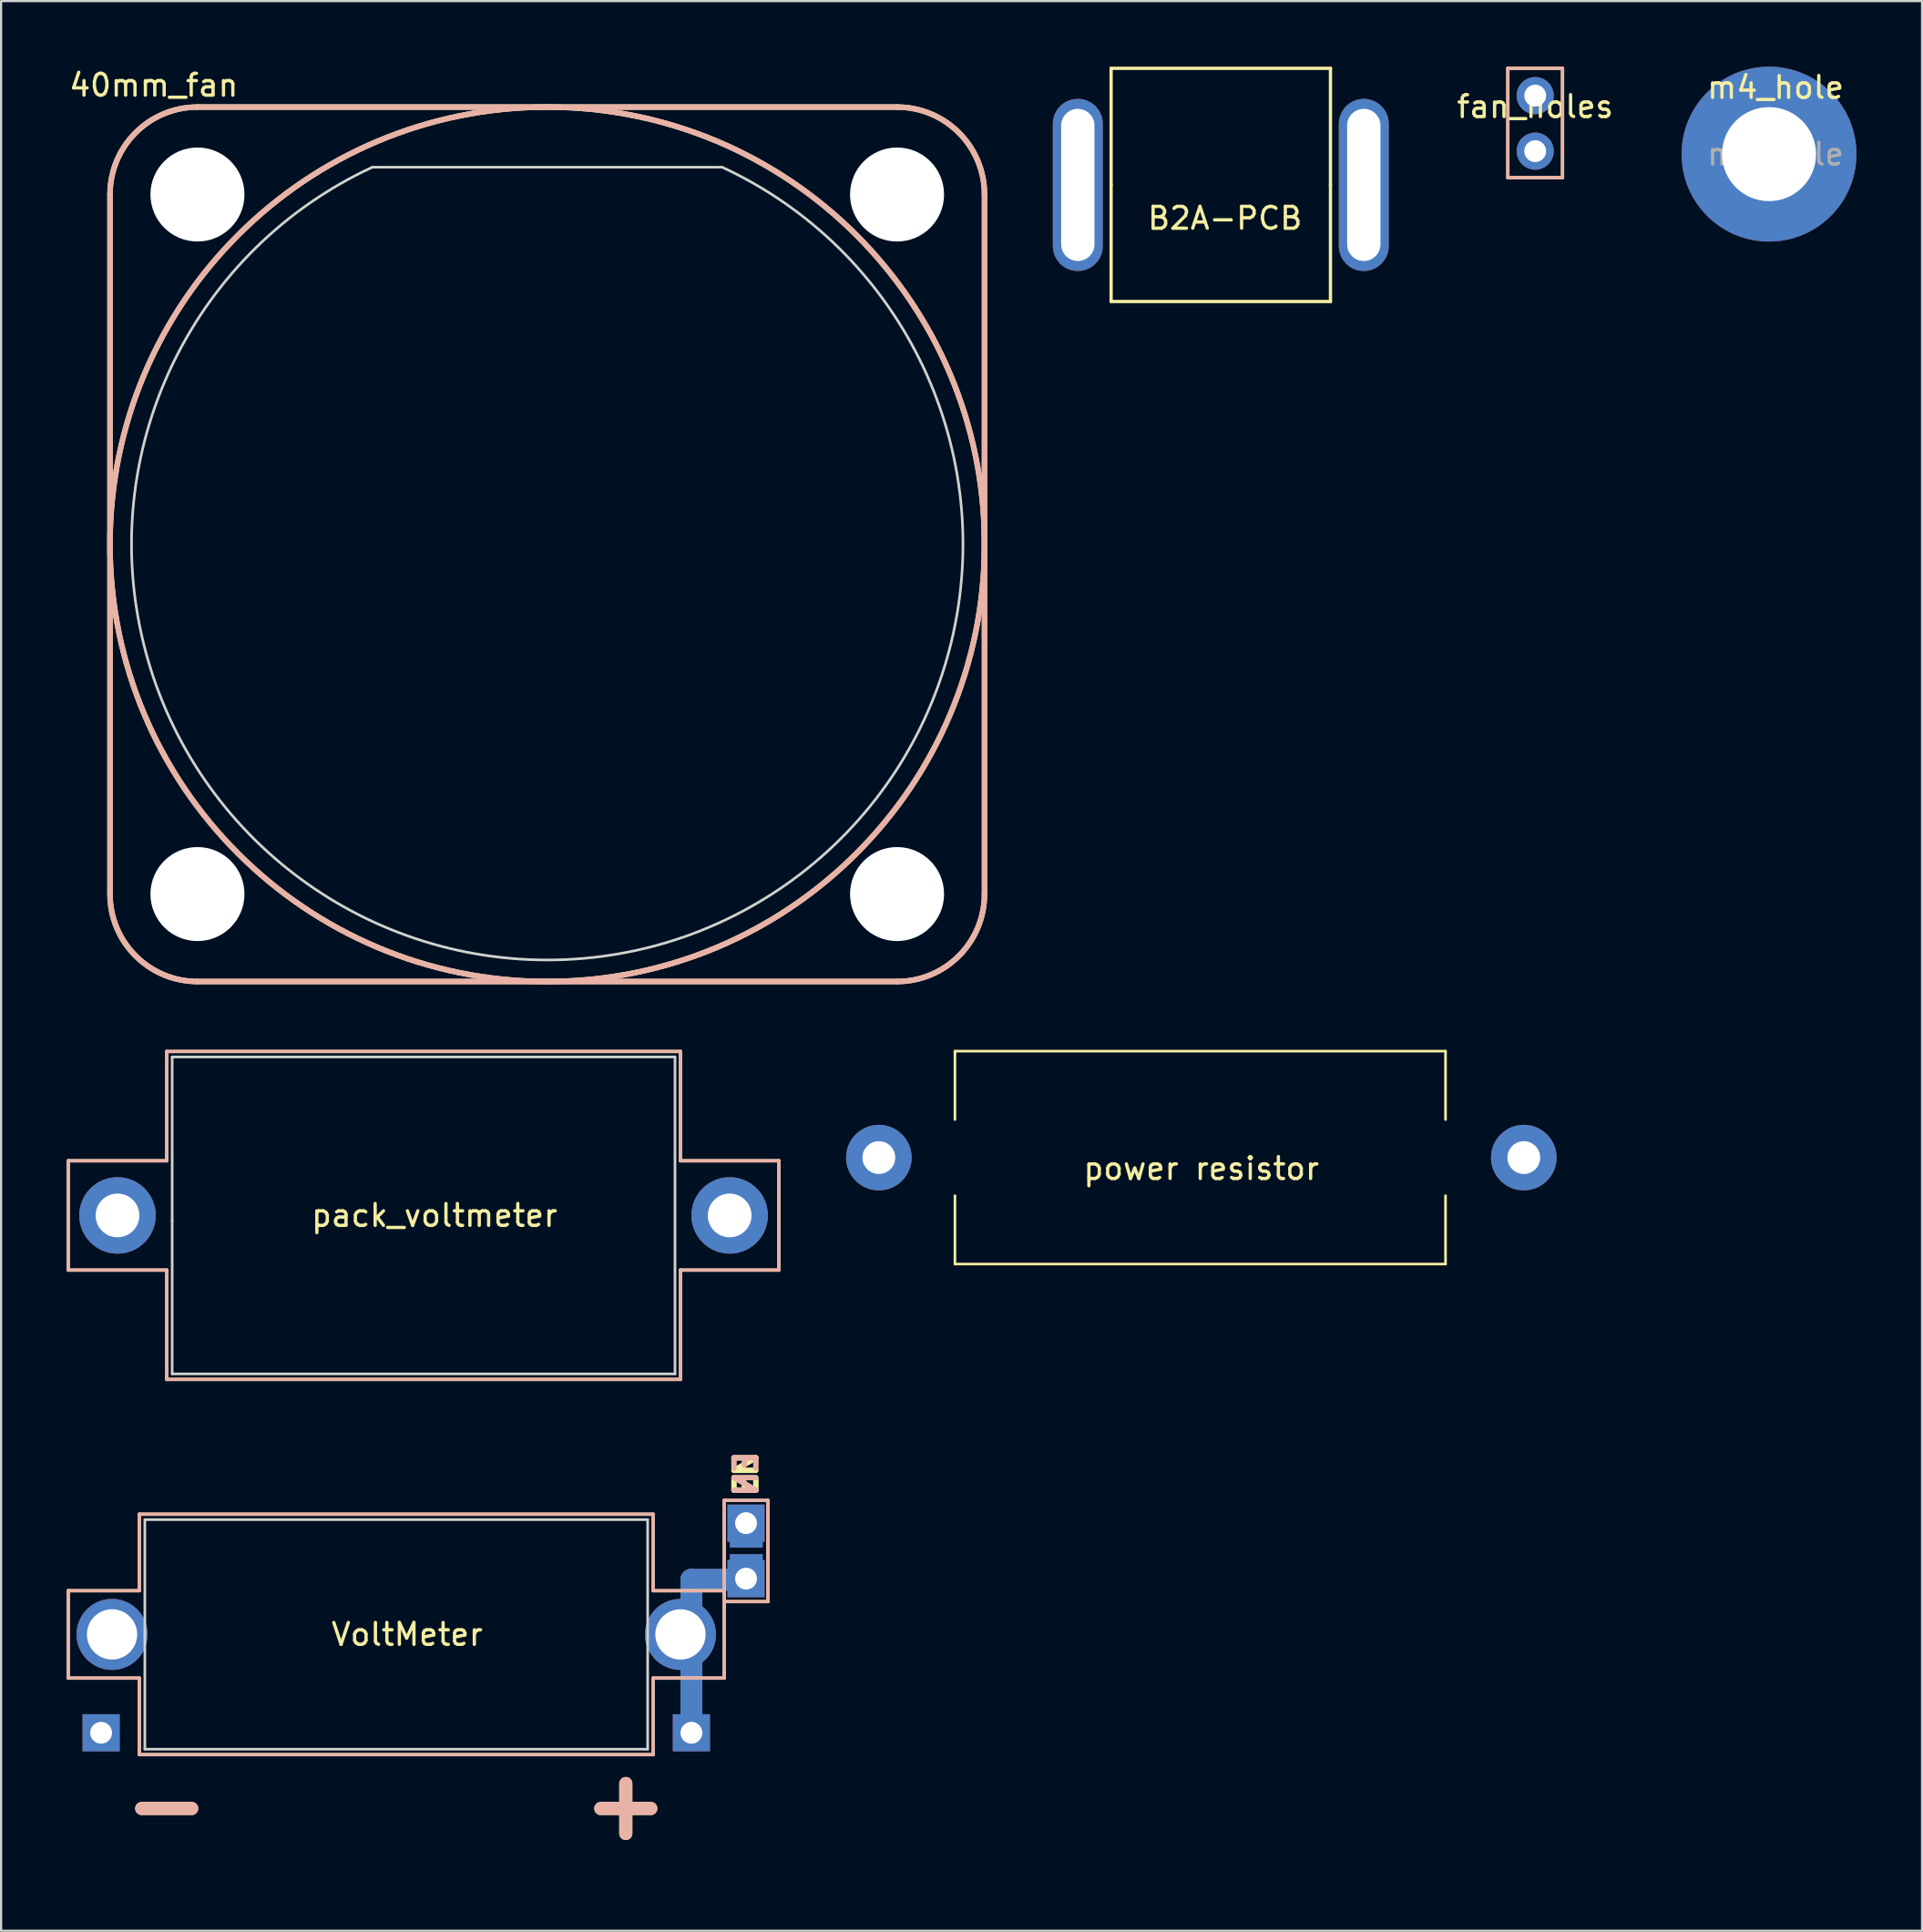
<source format=kicad_pcb>
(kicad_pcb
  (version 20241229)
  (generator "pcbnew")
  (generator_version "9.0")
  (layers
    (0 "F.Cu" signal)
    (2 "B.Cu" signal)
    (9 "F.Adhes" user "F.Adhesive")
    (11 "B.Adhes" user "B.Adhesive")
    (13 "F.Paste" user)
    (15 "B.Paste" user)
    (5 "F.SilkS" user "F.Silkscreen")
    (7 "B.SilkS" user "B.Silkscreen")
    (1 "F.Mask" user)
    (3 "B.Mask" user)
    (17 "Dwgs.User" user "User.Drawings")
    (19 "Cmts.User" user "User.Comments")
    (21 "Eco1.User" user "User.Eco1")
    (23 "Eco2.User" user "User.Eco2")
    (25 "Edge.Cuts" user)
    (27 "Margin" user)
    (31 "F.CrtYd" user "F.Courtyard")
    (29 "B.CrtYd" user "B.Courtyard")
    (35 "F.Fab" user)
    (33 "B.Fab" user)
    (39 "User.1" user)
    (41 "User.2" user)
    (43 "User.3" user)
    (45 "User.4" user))
  (footprint "pack_voltmeter"
    (layer "F.Cu")
    (at 16.325 52.548)
    (property "Reference" "pack_voltmeter" (at 0.5 0 0) (layer "F.SilkS") (effects (font (size 1 1) (thickness 0.15))))
    (attr through_hole)
    (fp_line (start -16.25 -2.5) (end -16.25 2.5) (stroke (width 0.15) (type solid)) (layer "F.SilkS"))
    (fp_line (start -16.25 2.5) (end -11.75 2.5) (stroke (width 0.15) (type solid)) (layer "F.SilkS"))
    (fp_line (start -11.75 -2.5) (end -16.25 -2.5) (stroke (width 0.15) (type solid)) (layer "F.SilkS"))
    (fp_line (start -11.75 -2.5) (end -11.75 -7.5) (stroke (width 0.15) (type solid)) (layer "F.SilkS"))
    (fp_line (start -11.75 2.5) (end -11.75 7.5) (stroke (width 0.15) (type solid)) (layer "F.SilkS"))
    (fp_line (start -11.75 7.5) (end 11.75 7.5) (stroke (width 0.15) (type solid)) (layer "F.SilkS"))
    (fp_line (start 11.75 -7.5) (end -11.75 -7.5) (stroke (width 0.15) (type solid)) (layer "F.SilkS"))
    (fp_line (start 11.75 -2.5) (end 11.75 -7.5) (stroke (width 0.15) (type solid)) (layer "F.SilkS"))
    (fp_line (start 11.75 -2.5) (end 16.25 -2.5) (stroke (width 0.15) (type solid)) (layer "F.SilkS"))
    (fp_line (start 11.75 2.5) (end 11.75 7.5) (stroke (width 0.15) (type solid)) (layer "F.SilkS"))
    (fp_line (start 16.25 -2.5) (end 16.25 2.5) (stroke (width 0.15) (type solid)) (layer "F.SilkS"))
    (fp_line (start 16.25 2.5) (end 11.75 2.5) (stroke (width 0.15) (type solid)) (layer "F.SilkS"))
    (fp_line (start -16.25 -2.5) (end -16.25 2.5) (stroke (width 0.15) (type solid)) (layer "B.SilkS"))
    (fp_line (start -16.25 2.5) (end -11.75 2.5) (stroke (width 0.15) (type solid)) (layer "B.SilkS"))
    (fp_line (start -11.75 -7.5) (end -11.75 -2.5) (stroke (width 0.15) (type solid)) (layer "B.SilkS"))
    (fp_line (start -11.75 -2.5) (end -16.25 -2.5) (stroke (width 0.15) (type solid)) (layer "B.SilkS"))
    (fp_line (start -11.75 2.5) (end -11.75 7.5) (stroke (width 0.15) (type solid)) (layer "B.SilkS"))
    (fp_line (start -11.75 7.5) (end 11.75 7.5) (stroke (width 0.15) (type solid)) (layer "B.SilkS"))
    (fp_line (start 11.75 -7.5) (end -11.75 -7.5) (stroke (width 0.15) (type solid)) (layer "B.SilkS"))
    (fp_line (start 11.75 -2.5) (end 11.75 -7.5) (stroke (width 0.15) (type solid)) (layer "B.SilkS"))
    (fp_line (start 11.75 2.5) (end 16.25 2.5) (stroke (width 0.15) (type solid)) (layer "B.SilkS"))
    (fp_line (start 11.75 7.5) (end 11.75 2.5) (stroke (width 0.15) (type solid)) (layer "B.SilkS"))
    (fp_line (start 16.25 -2.5) (end 11.75 -2.5) (stroke (width 0.15) (type solid)) (layer "B.SilkS"))
    (fp_line (start 16.25 2.5) (end 16.25 -2.5) (stroke (width 0.15) (type solid)) (layer "B.SilkS"))
    (fp_line (start -11.5 0.25) (end -11.5 -7.25) (stroke (width 0.12) (type solid)) (layer "Edge.Cuts"))
    (fp_line (start -11.5 7.25) (end -11.5 0.25) (stroke (width 0.12) (type solid)) (layer "Edge.Cuts"))
    (fp_line (start -11.5 7.25) (end 11.5 7.25) (stroke (width 0.12) (type solid)) (layer "Edge.Cuts"))
    (fp_line (start 11.5 -7.25) (end -11.5 -7.25) (stroke (width 0.12) (type solid)) (layer "Edge.Cuts"))
    (fp_line (start 11.5 7.25) (end 11.5 -7.25) (stroke (width 0.12) (type solid)) (layer "Edge.Cuts"))
    (pad "" thru_hole circle (at -14 0) (size 3.5 3.5) (drill 2) (layers "*.Cu" "*.Mask"))
    (pad "" thru_hole circle (at 14 0) (size 3.5 3.5) (drill 2) (layers "*.Cu" "*.Mask")))
  (footprint "power resistor"
    (layer "F.Cu")
    (at 51.4 49.903)
    (property "Reference" "power resistor" (at 0.5 0.5 0) (layer "F.SilkS") (effects (font (size 1 1) (thickness 0.15))))
    (attr through_hole)
    (fp_line (start -10.77 -4.87) (end 11.67 -4.87) (stroke (width 0.12) (type solid)) (layer "F.SilkS"))
    (fp_line (start -10.77 -1.74) (end -10.77 -4.87) (stroke (width 0.12) (type solid)) (layer "F.SilkS"))
    (fp_line (start -10.77 1.74) (end -10.77 4.87) (stroke (width 0.12) (type solid)) (layer "F.SilkS"))
    (fp_line (start -10.77 4.87) (end 11.67 4.87) (stroke (width 0.12) (type solid)) (layer "F.SilkS"))
    (fp_line (start 11.67 -4.87) (end 11.67 -1.74) (stroke (width 0.12) (type solid)) (layer "F.SilkS"))
    (fp_line (start 11.67 4.87) (end 11.67 1.74) (stroke (width 0.12) (type solid)) (layer "F.SilkS"))
    (pad "1" thru_hole circle (at -14.25 0) (size 3 3) (drill 1.5) (layers "*.Cu" "*.Mask"))
    (pad "2" thru_hole oval (at 15.25 0) (size 3 3) (drill 1.5) (layers "*.Cu" "*.Mask")))
  (footprint "B2A-PCB"
    (layer "F.Cu")
    (at 46.25 5.409)
    (property "Reference" "B2A-PCB" (at 6.731 1.524 0) (layer "F.SilkS") (effects (font (size 1 1) (thickness 0.15))))
    (attr through_hole)
    (fp_line (start 1.524 -5.334) (end 11.557 -5.334) (stroke (width 0.15) (type solid)) (layer "F.SilkS"))
    (fp_line (start 1.524 0) (end 1.524 -5.334) (stroke (width 0.15) (type solid)) (layer "F.SilkS"))
    (fp_line (start 1.524 0) (end 1.524 5.334) (stroke (width 0.15) (type solid)) (layer "F.SilkS"))
    (fp_line (start 1.524 5.334) (end 11.557 5.334) (stroke (width 0.15) (type solid)) (layer "F.SilkS"))
    (fp_line (start 11.557 0) (end 11.557 -5.334) (stroke (width 0.15) (type solid)) (layer "F.SilkS"))
    (fp_line (start 11.557 0) (end 11.557 5.334) (stroke (width 0.15) (type solid)) (layer "F.SilkS"))
    (pad "1" thru_hole oval (at 0 0) (size 2.286 7.874) (drill oval 1.524 6.96) (layers "*.Cu" "*.Mask"))
    (pad "1" thru_hole oval (at 13.081 0) (size 2.286 7.874) (drill oval 1.524 6.96) (layers "*.Cu" "*.Mask")))
  (footprint "fan_holes"
    (layer "F.Cu")
    (at 67.171 1.325)
    (property "Reference" "fan_holes" (at 0 0.5 0) (layer "F.SilkS") (effects (font (size 1 1) (thickness 0.15))))
    (attr through_hole)
    (fp_line (start -1.25 -1.25) (end 1.25 -1.25) (stroke (width 0.15) (type solid)) (layer "F.SilkS"))
    (fp_line (start -1.25 3.75) (end -1.25 -1.25) (stroke (width 0.15) (type solid)) (layer "F.SilkS"))
    (fp_line (start 1.25 -1.25) (end 1.25 3.75) (stroke (width 0.15) (type solid)) (layer "F.SilkS"))
    (fp_line (start 1.25 3.75) (end -1.25 3.75) (stroke (width 0.15) (type solid)) (layer "F.SilkS"))
    (fp_line (start -1.25 -1.25) (end 1.25 -1.25) (stroke (width 0.15) (type solid)) (layer "B.SilkS"))
    (fp_line (start -1.25 3.75) (end -1.25 -1.25) (stroke (width 0.15) (type solid)) (layer "B.SilkS"))
    (fp_line (start 1.25 -1.25) (end 1.25 3.75) (stroke (width 0.15) (type solid)) (layer "B.SilkS"))
    (fp_line (start 1.25 3.75) (end -1.25 3.75) (stroke (width 0.15) (type solid)) (layer "B.SilkS"))
    (pad "1" thru_hole circle (at 0 0) (size 1.7 1.7) (drill 1) (layers "*.Cu" "*.Mask"))
    (pad "2" thru_hole oval (at 0 2.54) (size 1.7 1.7) (drill 1) (layers "*.Cu" "*.Mask")))
  (footprint "m4_hole"
    (layer "F.Cu")
    (at 77.867 4)
    (property "Reference" "m4_hole" (at 0.3 -3.05 0) (layer "F.SilkS") (effects (font (size 1 1) (thickness 0.15))))
    (attr through_hole)
    (fp_text user "${REFERENCE}" (at 0.3 0 0) (layer "F.Fab") (effects (font (size 1 1) (thickness 0.15))))
    (pad "1" thru_hole circle (at 0 0) (size 8 8) (drill 4.3) (layers "*.Cu" "*.Mask")))
  (footprint "40mm_fan"
    (layer "F.Cu")
    (at 21.982 21.848)
    (property "Reference" "40mm_fan" (at -18 -21 0) (layer "F.SilkS") (effects (font (size 1 1) (thickness 0.15))))
    (attr through_hole)
    (fp_line (start -20 16) (end -20 -16) (stroke (width 0.25) (type solid)) (layer "F.SilkS"))
    (fp_line (start -16 -20) (end 16 -20) (stroke (width 0.25) (type solid)) (layer "F.SilkS"))
    (fp_line (start 16 20) (end -16 20) (stroke (width 0.25) (type solid)) (layer "F.SilkS"))
    (fp_line (start 20 -16) (end 20 16) (stroke (width 0.25) (type solid)) (layer "F.SilkS"))
    (fp_arc (start -20 -16) (mid -18.828427 -18.828427) (end -16 -20) (stroke (width 0.25) (type solid)) (layer "F.SilkS"))
    (fp_arc (start -16 20) (mid -18.828427 18.828427) (end -20 16) (stroke (width 0.25) (type solid)) (layer "F.SilkS"))
    (fp_arc (start 16 -20) (mid 18.828427 -18.828427) (end 20 -16) (stroke (width 0.25) (type solid)) (layer "F.SilkS"))
    (fp_arc (start 20 16) (mid 18.828427 18.828427) (end 16 20) (stroke (width 0.25) (type solid)) (layer "F.SilkS"))
    (fp_circle (center 0 0) (end 20 0) (stroke (width 0.25) (type solid)) (fill no) (layer "F.SilkS"))
    (fp_line (start -20 -16) (end -20 16) (stroke (width 0.25) (type solid)) (layer "B.SilkS"))
    (fp_line (start -16 20) (end 16 20) (stroke (width 0.25) (type solid)) (layer "B.SilkS"))
    (fp_line (start 16 -20) (end -16 -20) (stroke (width 0.25) (type solid)) (layer "B.SilkS"))
    (fp_line (start 20 16) (end 20 -16) (stroke (width 0.25) (type solid)) (layer "B.SilkS"))
    (fp_arc (start -20 -16) (mid -18.828427 -18.828427) (end -16 -20) (stroke (width 0.25) (type solid)) (layer "B.SilkS"))
    (fp_arc (start -16 20) (mid -18.828427 18.828427) (end -20 16) (stroke (width 0.25) (type solid)) (layer "B.SilkS"))
    (fp_arc (start 16 -20) (mid 18.828427 -18.828427) (end 20 -16) (stroke (width 0.25) (type solid)) (layer "B.SilkS"))
    (fp_arc (start 20 16) (mid 18.828427 18.828427) (end 16 20) (stroke (width 0.25) (type solid)) (layer "B.SilkS"))
    (fp_circle (center 0 0) (end -20 0) (stroke (width 0.25) (type solid)) (fill no) (layer "B.SilkS"))
    (fp_line (start 8 -17.25) (end -8 -17.25) (stroke (width 0.12) (type solid)) (layer "Edge.Cuts"))
    (fp_arc (start 8 -17.249999) (mid 0 19.014796) (end -7.999999 -17.249999) (stroke (width 0.12) (type solid)) (layer "Edge.Cuts"))
    (pad "" np_thru_hole circle (at -16 -16) (size 4.3 4.3) (drill 4.3) (layers "*.Cu" "*.Mask"))
    (pad "" np_thru_hole circle (at -16 16) (size 4.3 4.3) (drill 4.3) (layers "*.Cu" "*.Mask"))
    (pad "" np_thru_hole circle (at 16 -16) (size 4.3 4.3) (drill 4.3) (layers "*.Cu" "*.Mask"))
    (pad "" np_thru_hole circle (at 16 16) (size 4.3 4.3) (drill 4.3) (layers "*.Cu" "*.Mask")))
  (footprint "VoltMeter"
    (layer "F.Cu")
    (at 15.075 71.714)
    (property "Reference" "VoltMeter" (at 0.5 0 180) (layer "F.SilkS") (effects (font (size 1 1) (thickness 0.15))))
    (attr through_hole)
    (fp_line (start 13.5 -2.5) (end 13.5 0) (stroke (width 1) (type solid)) (layer "F.Cu"))
    (fp_line (start 13.5 4.5) (end 13.5 1) (stroke (width 1) (type solid)) (layer "F.Cu"))
    (fp_line (start 16.25 -2.5) (end 13.5 -2.5) (stroke (width 1) (type solid)) (layer "F.Cu"))
    (fp_line (start 13.5 -2.5) (end 13.5 0) (stroke (width 1) (type solid)) (layer "B.Cu"))
    (fp_line (start 13.5 4.5) (end 13.5 1) (stroke (width 1) (type solid)) (layer "B.Cu"))
    (fp_line (start 16.25 -2.5) (end 13.5 -2.5) (stroke (width 1) (type solid)) (layer "B.Cu"))
    (fp_line (start -15 -2) (end -15 2) (stroke (width 0.15) (type solid)) (layer "F.SilkS"))
    (fp_line (start -15 2) (end -11.75 2) (stroke (width 0.15) (type solid)) (layer "F.SilkS"))
    (fp_line (start -11.75 -5.5) (end 11.75 -5.5) (stroke (width 0.15) (type solid)) (layer "F.SilkS"))
    (fp_line (start -11.75 -2) (end -15 -2) (stroke (width 0.15) (type solid)) (layer "F.SilkS"))
    (fp_line (start -11.75 -2) (end -11.75 -5.5) (stroke (width 0.15) (type solid)) (layer "F.SilkS"))
    (fp_line (start -11.75 2) (end -11.75 5.5) (stroke (width 0.15) (type solid)) (layer "F.SilkS"))
    (fp_line (start -11.75 5.5) (end 11.75 5.5) (stroke (width 0.15) (type solid)) (layer "F.SilkS"))
    (fp_line (start 11.75 -5.5) (end 11.75 -2) (stroke (width 0.15) (type solid)) (layer "F.SilkS"))
    (fp_line (start 11.75 -2) (end 15 -2) (stroke (width 0.15) (type solid)) (layer "F.SilkS"))
    (fp_line (start 11.75 2) (end 11.75 5.5) (stroke (width 0.15) (type solid)) (layer "F.SilkS"))
    (fp_line (start 15 -6.13) (end 17 -6.13) (stroke (width 0.15) (type solid)) (layer "F.SilkS"))
    (fp_line (start 15 -2) (end 15 2) (stroke (width 0.15) (type solid)) (layer "F.SilkS"))
    (fp_line (start 15 -1.5) (end 15 -6.13) (stroke (width 0.15) (type solid)) (layer "F.SilkS"))
    (fp_line (start 15 2) (end 11.75 2) (stroke (width 0.15) (type solid)) (layer "F.SilkS"))
    (fp_line (start 17 -6.13) (end 17 -1.5) (stroke (width 0.15) (type solid)) (layer "F.SilkS"))
    (fp_line (start 17 -1.5) (end 15 -1.5) (stroke (width 0.15) (type solid)) (layer "F.SilkS"))
    (fp_line (start -15 -2) (end -11.75 -2) (stroke (width 0.15) (type solid)) (layer "B.SilkS"))
    (fp_line (start -15 2) (end -15 -2) (stroke (width 0.15) (type solid)) (layer "B.SilkS"))
    (fp_line (start -11.75 -5.5) (end 11.75 -5.5) (stroke (width 0.15) (type solid)) (layer "B.SilkS"))
    (fp_line (start -11.75 -2) (end -11.75 -5.5) (stroke (width 0.15) (type solid)) (layer "B.SilkS"))
    (fp_line (start -11.75 2) (end -15 2) (stroke (width 0.15) (type solid)) (layer "B.SilkS"))
    (fp_line (start -11.75 5.5) (end -11.75 2) (stroke (width 0.15) (type solid)) (layer "B.SilkS"))
    (fp_line (start 11.75 -5.5) (end 11.75 -2) (stroke (width 0.15) (type solid)) (layer "B.SilkS"))
    (fp_line (start 11.75 -2) (end 15 -2) (stroke (width 0.15) (type solid)) (layer "B.SilkS"))
    (fp_line (start 11.75 2) (end 11.75 5.5) (stroke (width 0.15) (type solid)) (layer "B.SilkS"))
    (fp_line (start 11.75 5.5) (end -11.75 5.5) (stroke (width 0.15) (type solid)) (layer "B.SilkS"))
    (fp_line (start 15 -6.13) (end 15 -1.5) (stroke (width 0.15) (type solid)) (layer "B.SilkS"))
    (fp_line (start 15 -2) (end 15 2) (stroke (width 0.15) (type solid)) (layer "B.SilkS"))
    (fp_line (start 15 -1.5) (end 17 -1.5) (stroke (width 0.15) (type solid)) (layer "B.SilkS"))
    (fp_line (start 15 2) (end 11.75 2) (stroke (width 0.15) (type solid)) (layer "B.SilkS"))
    (fp_line (start 17 -6.13) (end 15 -6.13) (stroke (width 0.15) (type solid)) (layer "B.SilkS"))
    (fp_line (start 17 -6.13) (end 17 -1.5) (stroke (width 0.15) (type solid)) (layer "B.SilkS"))
    (fp_line (start -11.5 0) (end -11.5 -5.25) (stroke (width 0.12) (type solid)) (layer "Edge.Cuts"))
    (fp_line (start -11.5 0) (end -11.5 5.25) (stroke (width 0.12) (type solid)) (layer "Edge.Cuts"))
    (fp_line (start -11.5 5.25) (end 11.5 5.25) (stroke (width 0.12) (type solid)) (layer "Edge.Cuts"))
    (fp_line (start 11.5 -5.25) (end -11.5 -5.25) (stroke (width 0.12) (type solid)) (layer "Edge.Cuts"))
    (fp_line (start 11.5 5.25) (end 11.5 -5.25) (stroke (width 0.12) (type solid)) (layer "Edge.Cuts"))
    (fp_text user "EN" (at 16 -7.34 90) (unlocked yes) (layer "F.SilkS") (effects (font (size 1 1) (thickness 0.25))))
    (fp_text user "+" (at 10.5 7.75 0) (layer "F.SilkS") (effects (font (size 3 3) (thickness 0.6))))
    (fp_text user "-" (at -10.5 7.75 0) (layer "F.SilkS") (effects (font (size 3 3) (thickness 0.6))))
    (fp_text user "+" (at 10.5 7.75 0) (layer "B.SilkS") (effects (font (size 3 3) (thickness 0.6))))
    (fp_text user "EN" (at 16 -7.34 90) (unlocked yes) (layer "B.SilkS") (effects (font (size 1 1) (thickness 0.25)) (justify mirror)))
    (fp_text user "-" (at -10.5 7.75 0) (layer "B.SilkS") (effects (font (size 3 3) (thickness 0.6))))
    (pad "" thru_hole circle (at 13 0) (size 3.25 3.25) (drill 2.3) (layers "*.Cu" "*.Mask"))
    (pad "" thru_hole rect (at 13.5 4.5) (size 1.7 1.7) (drill 1) (layers "*.Cu" "*.Mask"))
    (pad "" thru_hole rect (at 16 -2.55) (size 1.7 1.7) (drill 1) (layers "*.Cu" "*.Mask"))
    (pad "" smd rect (at 16.01 -3.17 90) (size 1 1.5) (layers "F.Cu" "F.Mask"))
    (pad "" smd rect (at 16.01 -3.17 270) (size 1 1.5) (layers "B.Cu" "B.Mask"))
    (pad "1" thru_hole rect (at 16 -5.09) (size 1.7 1.7) (drill 1) (layers "*.Cu" "*.Mask"))
    (pad "1" smd rect (at 16.01 -4.47 90) (size 1 1.5) (layers "F.Cu" "F.Mask"))
    (pad "1" smd rect (at 16.01 -4.47 90) (size 1 1.5) (layers "B.Cu" "B.Mask"))
    (pad "2" thru_hole rect (at -13.5 4.5) (size 1.7 1.7) (drill 1) (layers "*.Cu" "*.Mask"))
    (pad "2" thru_hole circle (at -13 0) (size 3.25 3.25) (drill 2.3) (layers "*.Cu" "*.Mask")))
  (gr_rect
    (start -3 -3)
    (end 84.867 85.272)
    (stroke (width 0.1) (type default))
    (fill no)
    (layer "Edge.Cuts")))
</source>
